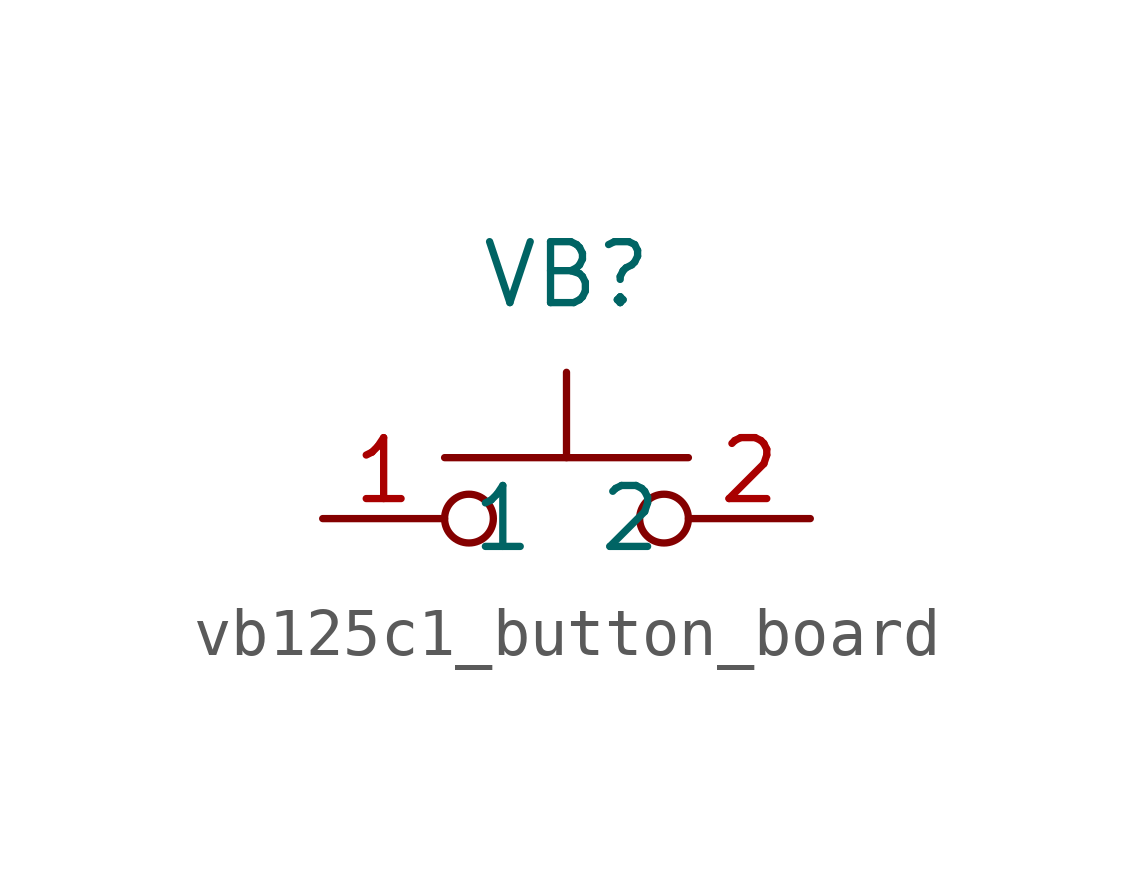
<source format=kicad_sym>
(kicad_symbol_lib
  (version 20220914)
  (generator kicad_symbol_editor)
  (symbol "vb125c1_button_board"
    (property "Reference" "VB"
      (at 0 5.08 0)
      (effects (font (size 1.27 1.27))))
    (property "Value" ""
      (at 0 0 0)
      (effects (font (size 1.27 1.27))))
    (symbol "vb125c1_button_board_0_1"
      (circle (center -2.032 0) (radius 0.508) (stroke (width 0) (type default)) (fill (type none)))
      (polyline (pts (xy 0 1.27) (xy 0 3.048)) (stroke (width 0) (type default)) (fill (type none)))
      (polyline (pts (xy 2.54 1.27) (xy -2.54 1.27)) (stroke (width 0) (type default)) (fill (type none)))
      (circle (center 2.032 0) (radius 0.508) (stroke (width 0) (type default)) (fill (type none)))
      (pin passive line (at 5.08 0 180) (length 2.54) (name "2" (effects (font (size 1.27 1.27)))) (number "2" (effects (font (size 1.27 1.27))))))
    (symbol "vb125c1_button_board_1_1"
      (pin passive line (at -5.08 0 0) (length 2.54) (name "1" (effects (font (size 1.27 1.27)))) (number "1" (effects (font (size 1.27 1.27))))))))
</source>
